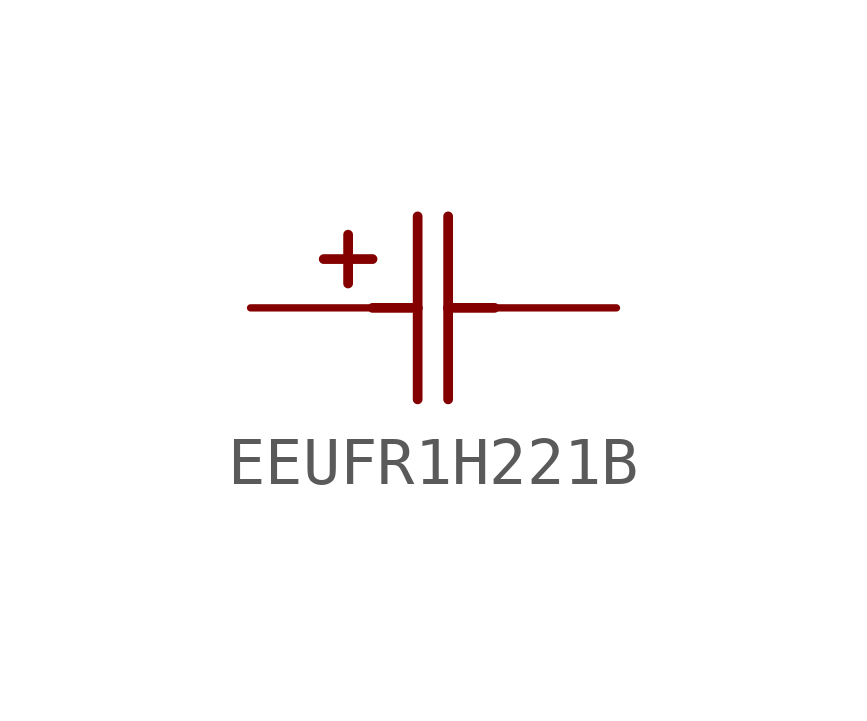
<source format=kicad_sym>
(kicad_symbol_lib
  (version 20220914)
  (generator kicad_symbol_editor)
  (symbol "EEUFR1H221B"
    (property "Reference" "C"
      (at -4.089 2.083 0)
      (effects (font (size 3.48 2.958)) (justify left bottom) hide))
    (property "ki_locked" ""
      (at 0 0 0)
      (effects (font (size 1.27 1.27))))
    (symbol "EEUFR1H221B_1_0"
      (polyline (pts (xy 1.524 1.016) (xy 2.54 1.016)) (stroke (width 0.203) (type solid)) (fill (type none)))
      (polyline (pts (xy 2.032 0.508) (xy 2.032 1.524)) (stroke (width 0.203) (type solid)) (fill (type none)))
      (polyline (pts (xy 2.54 0) (xy 3.48 0)) (stroke (width 0.203) (type solid)) (fill (type none)))
      (polyline (pts (xy 3.48 -1.905) (xy 3.48 0)) (stroke (width 0.203) (type solid)) (fill (type none)))
      (polyline (pts (xy 3.48 0) (xy 3.48 1.905)) (stroke (width 0.203) (type solid)) (fill (type none)))
      (polyline (pts (xy 4.115 -1.905) (xy 4.115 0)) (stroke (width 0.203) (type solid)) (fill (type none)))
      (polyline (pts (xy 4.115 0) (xy 4.115 1.905)) (stroke (width 0.203) (type solid)) (fill (type none)))
      (polyline (pts (xy 4.115 0) (xy 5.08 0)) (stroke (width 0.203) (type solid)) (fill (type none)))
      (pin passive line (at 0 0 0) (length 2.54) (name "11" (effects (font (size 0 0)))) (number "1" (effects (font (size 0 0)))))
      (pin passive line (at 7.62 0 180) (length 2.54) (name "22" (effects (font (size 0 0)))) (number "2" (effects (font (size 0 0))))))))
</source>
